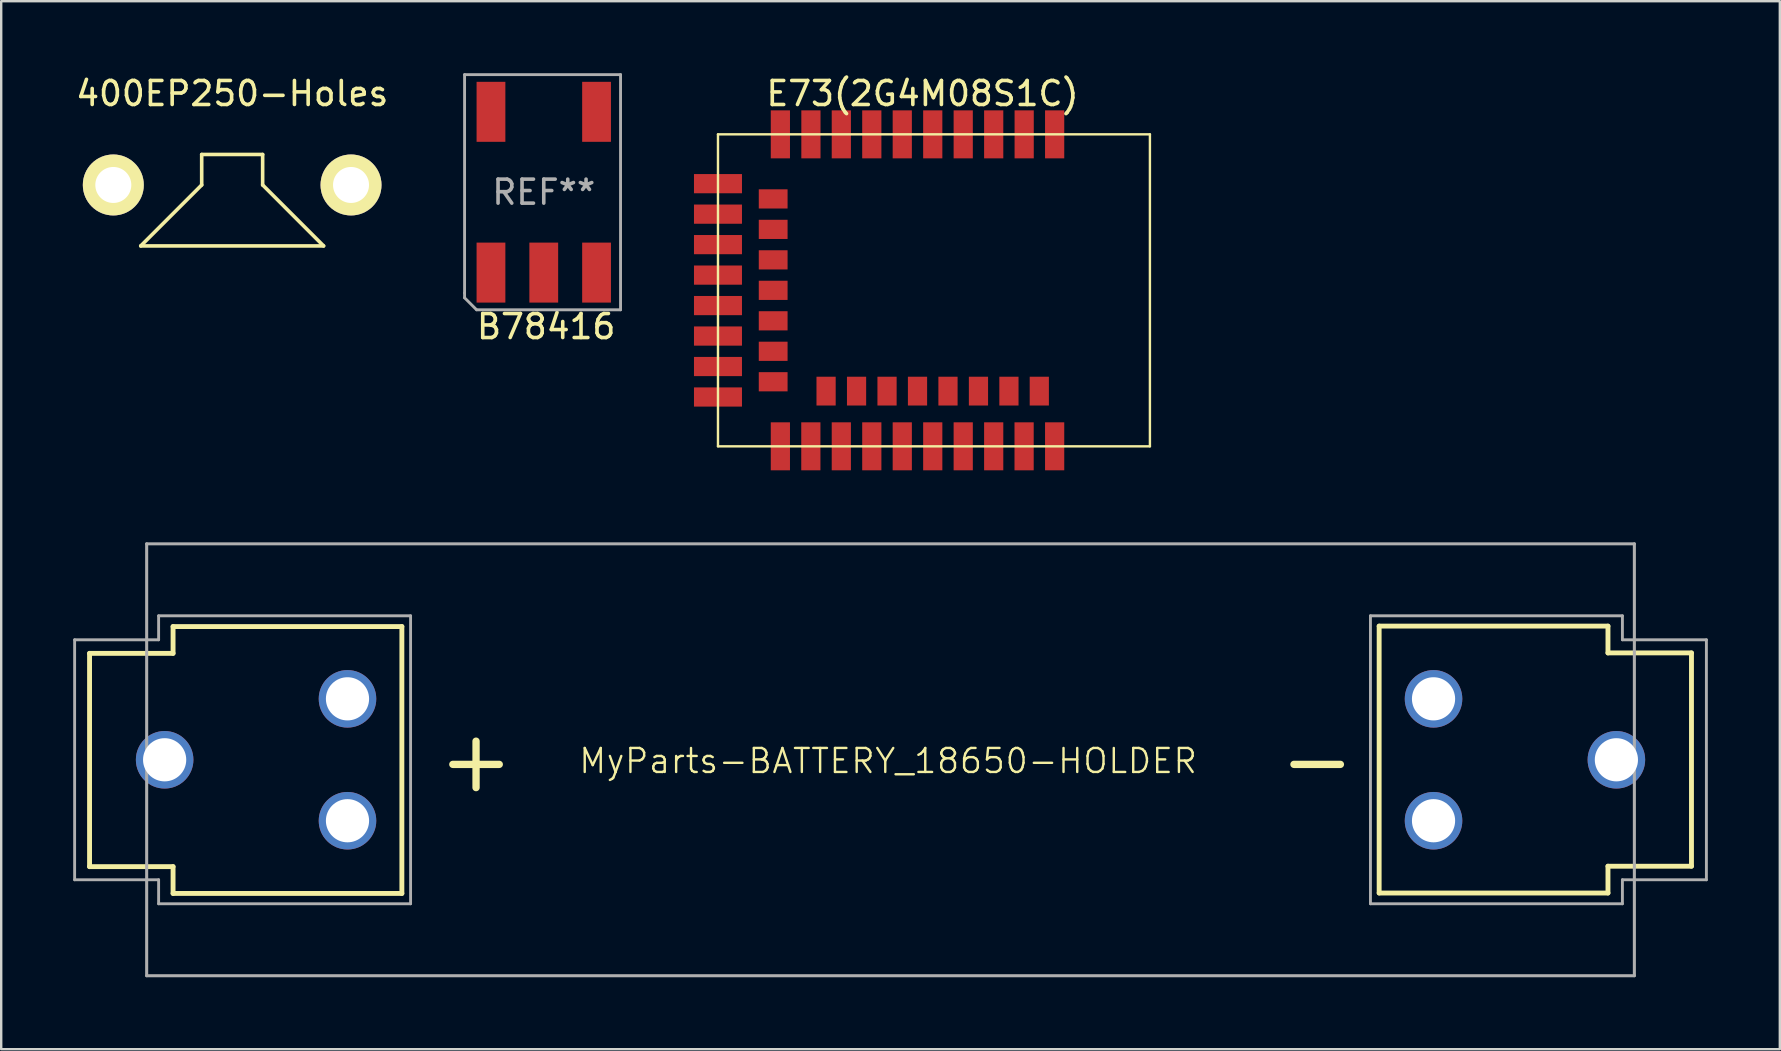
<source format=kicad_pcb>
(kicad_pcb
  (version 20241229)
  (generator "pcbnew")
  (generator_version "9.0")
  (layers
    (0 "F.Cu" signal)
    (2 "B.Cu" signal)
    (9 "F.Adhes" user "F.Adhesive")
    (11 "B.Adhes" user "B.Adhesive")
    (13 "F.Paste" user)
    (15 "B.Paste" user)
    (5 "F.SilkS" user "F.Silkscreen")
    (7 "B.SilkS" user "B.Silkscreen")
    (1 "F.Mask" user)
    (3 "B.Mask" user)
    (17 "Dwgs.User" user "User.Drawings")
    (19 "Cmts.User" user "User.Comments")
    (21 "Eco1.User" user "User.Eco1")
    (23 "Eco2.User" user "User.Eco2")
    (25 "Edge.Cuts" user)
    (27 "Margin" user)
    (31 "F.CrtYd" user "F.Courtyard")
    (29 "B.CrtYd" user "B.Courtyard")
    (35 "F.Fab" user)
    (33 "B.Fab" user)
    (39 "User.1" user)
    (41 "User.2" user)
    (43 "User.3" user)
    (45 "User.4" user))
  (footprint "B78416"
    (layer "F.Cu")
    (at 19.61 9.56)
    (property "Reference" "B78416" (at 0.1 1 0) (layer "F.SilkS") (effects (font (size 1 1) (thickness 0.15))))
    (attr through_hole)
    (fp_line (start -3.3 -9.5) (end 3.2 -9.5) (stroke (width 0.12) (type solid)) (layer "F.Fab"))
    (fp_line (start -3.3 -0.4) (end -3.3 -9.5) (stroke (width 0.12) (type solid)) (layer "F.Fab"))
    (fp_line (start -3.3 -0.2) (end -3.3 -0.4) (stroke (width 0.12) (type solid)) (layer "F.Fab"))
    (fp_line (start -2.8 0.3) (end -3.3 -0.2) (stroke (width 0.12) (type solid)) (layer "F.Fab"))
    (fp_line (start 3.2 -9.5) (end 3.2 0.3) (stroke (width 0.12) (type solid)) (layer "F.Fab"))
    (fp_line (start 3.2 0.3) (end -2.8 0.3) (stroke (width 0.12) (type solid)) (layer "F.Fab"))
    (fp_text user "REF**" (at 0 -4.6 0) (layer "F.Fab") (effects (font (size 1 1) (thickness 0.15))))
    (pad "1" smd rect (at -2.2 -1.25) (size 1.2 2.5) (layers "F.Cu" "F.Mask" "F.Paste"))
    (pad "2" smd rect (at 0 -1.25) (size 1.2 2.5) (layers "F.Cu" "F.Mask" "F.Paste"))
    (pad "3" smd rect (at 2.2 -1.25) (size 1.2 2.5) (layers "F.Cu" "F.Mask" "F.Paste"))
    (pad "4" smd rect (at 2.2 -7.95) (size 1.2 2.5) (layers "F.Cu" "F.Mask" "F.Paste"))
    (pad "5" smd rect (at -2.2 -7.95) (size 1.2 2.5) (layers "F.Cu" "F.Mask" "F.Paste")))
  (footprint "MyParts-BATTERY_18650-HOLDER"
    (layer "F.Cu")
    (at 34.06 28.612)
    (property "Reference" "MyParts-BATTERY_18650-HOLDER" (at -0.1 0.05 0) (layer "F.SilkS") (effects (font (size 1 1) (thickness 0.1))))
    (attr exclude_from_pos_files exclude_from_bom)
    (fp_line (start -33.378 -4.435) (end -29.898 -4.435) (stroke (width 0.203) (type solid)) (layer "F.SilkS"))
    (fp_line (start -33.378 4.453) (end -33.378 -4.435) (stroke (width 0.203) (type solid)) (layer "F.SilkS"))
    (fp_line (start -29.898 -5.552) (end -20.363 -5.552) (stroke (width 0.203) (type solid)) (layer "F.SilkS"))
    (fp_line (start -29.898 -4.435) (end -29.898 -5.552) (stroke (width 0.203) (type solid)) (layer "F.SilkS"))
    (fp_line (start -29.898 4.453) (end -33.378 4.453) (stroke (width 0.203) (type solid)) (layer "F.SilkS"))
    (fp_line (start -29.898 5.57) (end -29.898 4.453) (stroke (width 0.203) (type solid)) (layer "F.SilkS"))
    (fp_line (start -20.363 -5.552) (end -20.363 5.57) (stroke (width 0.203) (type solid)) (layer "F.SilkS"))
    (fp_line (start -20.363 5.57) (end -29.898 5.57) (stroke (width 0.203) (type solid)) (layer "F.SilkS"))
    (fp_line (start 20.363 -5.57) (end 29.898 -5.57) (stroke (width 0.203) (type solid)) (layer "F.SilkS"))
    (fp_line (start 20.363 5.552) (end 20.363 -5.57) (stroke (width 0.203) (type solid)) (layer "F.SilkS"))
    (fp_line (start 29.898 -5.57) (end 29.898 -4.453) (stroke (width 0.203) (type solid)) (layer "F.SilkS"))
    (fp_line (start 29.898 -4.453) (end 33.378 -4.453) (stroke (width 0.203) (type solid)) (layer "F.SilkS"))
    (fp_line (start 29.898 4.435) (end 29.898 5.552) (stroke (width 0.203) (type solid)) (layer "F.SilkS"))
    (fp_line (start 29.898 5.552) (end 20.363 5.552) (stroke (width 0.203) (type solid)) (layer "F.SilkS"))
    (fp_line (start 33.378 -4.453) (end 33.378 4.435) (stroke (width 0.203) (type solid)) (layer "F.SilkS"))
    (fp_line (start 33.378 4.435) (end 29.898 4.435) (stroke (width 0.203) (type solid)) (layer "F.SilkS"))
    (fp_line (start -34 -5) (end -34 5) (stroke (width 0.12) (type solid)) (layer "F.Fab"))
    (fp_line (start -34 5) (end -30.5 5) (stroke (width 0.12) (type solid)) (layer "F.Fab"))
    (fp_line (start -30.998 -8.999) (end -30.998 8.999) (stroke (width 0.127) (type solid)) (layer "F.Fab"))
    (fp_line (start -30.998 -8.999) (end 30.998 -8.999) (stroke (width 0.127) (type solid)) (layer "F.Fab"))
    (fp_line (start -30.5 -6) (end -30.5 -5) (stroke (width 0.12) (type solid)) (layer "F.Fab"))
    (fp_line (start -30.5 -5) (end -34 -5) (stroke (width 0.12) (type solid)) (layer "F.Fab"))
    (fp_line (start -30.5 5) (end -30.5 6) (stroke (width 0.12) (type solid)) (layer "F.Fab"))
    (fp_line (start -30.5 6) (end -20 6) (stroke (width 0.12) (type solid)) (layer "F.Fab"))
    (fp_line (start -20 -6) (end -30.5 -6) (stroke (width 0.12) (type solid)) (layer "F.Fab"))
    (fp_line (start -20 6) (end -20 -6) (stroke (width 0.12) (type solid)) (layer "F.Fab"))
    (fp_line (start 20 -6) (end 20 6) (stroke (width 0.12) (type solid)) (layer "F.Fab"))
    (fp_line (start 20 6) (end 30.5 6) (stroke (width 0.12) (type solid)) (layer "F.Fab"))
    (fp_line (start 30.5 -6) (end 20 -6) (stroke (width 0.12) (type solid)) (layer "F.Fab"))
    (fp_line (start 30.5 -5) (end 30.5 -6) (stroke (width 0.12) (type solid)) (layer "F.Fab"))
    (fp_line (start 30.5 5) (end 34 5) (stroke (width 0.12) (type solid)) (layer "F.Fab"))
    (fp_line (start 30.5 6) (end 30.5 5) (stroke (width 0.12) (type solid)) (layer "F.Fab"))
    (fp_line (start 30.998 -8.999) (end 30.998 8.999) (stroke (width 0.127) (type solid)) (layer "F.Fab"))
    (fp_line (start 30.998 8.999) (end -30.998 8.999) (stroke (width 0.127) (type solid)) (layer "F.Fab"))
    (fp_line (start 34 -5) (end 30.5 -5) (stroke (width 0.12) (type solid)) (layer "F.Fab"))
    (fp_line (start 34 5) (end 34 -5) (stroke (width 0.12) (type solid)) (layer "F.Fab"))
    (fp_text user "+" (at -17.272 0 0) (layer "F.SilkS") (effects (font (size 2.54 2.54) (thickness 0.305))))
    (fp_text user "-" (at 17.78 0 0) (layer "F.SilkS") (effects (font (size 2.54 2.54) (thickness 0.305))))
    (pad "GND@" thru_hole circle (at 22.629 -2.54) (size 2.398 2.398) (drill 1.8) (layers "*.Cu" "*.Paste" "*.Mask"))
    (pad "GND@" thru_hole circle (at 22.629 2.54) (size 2.398 2.398) (drill 1.8) (layers "*.Cu" "*.Paste" "*.Mask"))
    (pad "GND@" thru_hole circle (at 30.249 0) (size 2.398 2.398) (drill 1.8) (layers "*.Cu" "*.Paste" "*.Mask"))
    (pad "PWR@" thru_hole circle (at -30.249 0) (size 2.398 2.398) (drill 1.8) (layers "*.Cu" "*.Paste" "*.Mask"))
    (pad "PWR@" thru_hole circle (at -22.629 -2.54) (size 2.398 2.398) (drill 1.8) (layers "*.Cu" "*.Paste" "*.Mask"))
    (pad "PWR@" thru_hole circle (at -22.629 2.54) (size 2.398 2.398) (drill 1.8) (layers "*.Cu" "*.Paste" "*.Mask")))
  (footprint "400EP250-Holes"
    (layer "F.Cu")
    (at 6.625 4.658)
    (property "Reference" "400EP250-Holes" (at 0 -3.81 0) (layer "F.SilkS") (effects (font (size 1 1) (thickness 0.15))))
    (attr through_hole)
    (fp_line (start -3.81 2.54) (end 3.81 2.54) (stroke (width 0.15) (type solid)) (layer "F.SilkS"))
    (fp_line (start -1.27 -1.27) (end -1.27 0) (stroke (width 0.15) (type solid)) (layer "F.SilkS"))
    (fp_line (start -1.27 0) (end -3.81 2.54) (stroke (width 0.15) (type solid)) (layer "F.SilkS"))
    (fp_line (start 1.27 -1.27) (end -1.27 -1.27) (stroke (width 0.15) (type solid)) (layer "F.SilkS"))
    (fp_line (start 1.27 0) (end 1.27 -1.27) (stroke (width 0.15) (type solid)) (layer "F.SilkS"))
    (fp_line (start 3.81 2.54) (end 1.27 0) (stroke (width 0.15) (type solid)) (layer "F.SilkS"))
    (pad "1" thru_hole circle (at -4.953 0) (size 2.54 2.54) (drill 1.5) (layers "*.Cu" "*.Mask" "F.SilkS"))
    (pad "2" thru_hole circle (at 4.953 0) (size 2.54 2.54) (drill 1.5) (layers "*.Cu" "*.Mask" "F.SilkS")))
  (footprint "E73(2G4M08S1C)"
    (layer "F.Cu")
    (at 26.87 15.549)
    (property "Reference" "E73(2G4M08S1C)" (at 8.525 -14.7 0) (layer "F.SilkS") (effects (font (size 1 1) (thickness 0.15))))
    (fp_line (start 0 -13) (end 18 -13) (stroke (width 0.1) (type solid)) (layer "F.SilkS"))
    (fp_line (start 0 0) (end 0 -13) (stroke (width 0.1) (type solid)) (layer "F.SilkS"))
    (fp_line (start 0 0) (end 18 0) (stroke (width 0.1) (type solid)) (layer "F.SilkS"))
    (fp_line (start 18 0) (end 18 -13) (stroke (width 0.1) (type solid)) (layer "F.SilkS"))
    (pad "1" smd rect (at 14.03 -13 270) (size 2 0.8) (layers "F.Cu" "F.Mask" "F.Paste"))
    (pad "2" smd rect (at 12.76 -13 270) (size 2 0.8) (layers "F.Cu" "F.Mask" "F.Paste"))
    (pad "3" smd rect (at 11.49 -13 270) (size 2 0.8) (layers "F.Cu" "F.Mask" "F.Paste"))
    (pad "4" smd rect (at 10.22 -13 270) (size 2 0.8) (layers "F.Cu" "F.Mask" "F.Paste"))
    (pad "5" smd rect (at 8.95 -13 270) (size 2 0.8) (layers "F.Cu" "F.Mask" "F.Paste"))
    (pad "6" smd rect (at 7.68 -13 270) (size 2 0.8) (layers "F.Cu" "F.Mask" "F.Paste"))
    (pad "7" smd rect (at 6.41 -13 270) (size 2 0.8) (layers "F.Cu" "F.Mask" "F.Paste"))
    (pad "8" smd rect (at 5.14 -13 270) (size 2 0.8) (layers "F.Cu" "F.Mask" "F.Paste"))
    (pad "9" smd rect (at 3.873 -13 270) (size 2 0.8) (layers "F.Cu" "F.Mask" "F.Paste"))
    (pad "10" smd rect (at 2.6 -13 270) (size 2 0.8) (layers "F.Cu" "F.Mask" "F.Paste"))
    (pad "11" smd rect (at 0 -10.945) (size 2 0.8) (layers "F.Cu" "F.Mask" "F.Paste"))
    (pad "12" smd rect (at 2.3 -10.31) (size 1.2 0.8) (layers "F.Cu" "F.Mask" "F.Paste"))
    (pad "13" smd rect (at 0 -9.675) (size 2 0.8) (layers "F.Cu" "F.Mask" "F.Paste"))
    (pad "14" smd rect (at 2.3 -9.04) (size 1.2 0.8) (layers "F.Cu" "F.Mask" "F.Paste"))
    (pad "15" smd rect (at 0 -8.405) (size 2 0.8) (layers "F.Cu" "F.Mask" "F.Paste"))
    (pad "16" smd rect (at 2.3 -7.77) (size 1.2 0.8) (layers "F.Cu" "F.Mask" "F.Paste"))
    (pad "17" smd rect (at 0 -7.135) (size 2 0.8) (layers "F.Cu" "F.Mask" "F.Paste"))
    (pad "18" smd rect (at 2.3 -6.5) (size 1.2 0.8) (layers "F.Cu" "F.Mask" "F.Paste"))
    (pad "19" smd rect (at 0 -5.865) (size 2 0.8) (layers "F.Cu" "F.Mask" "F.Paste"))
    (pad "20" smd rect (at 2.3 -5.23) (size 1.2 0.8) (layers "F.Cu" "F.Mask" "F.Paste"))
    (pad "21" smd rect (at 0 -4.595) (size 2 0.8) (layers "F.Cu" "F.Mask" "F.Paste"))
    (pad "22" smd rect (at 2.3 -3.96) (size 1.2 0.8) (layers "F.Cu" "F.Mask" "F.Paste"))
    (pad "23" smd rect (at 0 -3.325) (size 2 0.8) (layers "F.Cu" "F.Mask" "F.Paste"))
    (pad "24" smd rect (at 2.3 -2.69) (size 1.2 0.8) (layers "F.Cu" "F.Mask" "F.Paste"))
    (pad "25" smd rect (at 0 -2.055) (size 2 0.8) (layers "F.Cu" "F.Mask" "F.Paste"))
    (pad "26" smd rect (at 2.6 0 90) (size 2 0.8) (layers "F.Cu" "F.Mask" "F.Paste"))
    (pad "27" smd rect (at 3.87 0 90) (size 2 0.8) (layers "F.Cu" "F.Mask" "F.Paste"))
    (pad "28" smd rect (at 4.505 -2.3 270) (size 1.2 0.8) (layers "F.Cu" "F.Mask" "F.Paste"))
    (pad "29" smd rect (at 5.14 0 90) (size 2 0.8) (layers "F.Cu" "F.Mask" "F.Paste"))
    (pad "30" smd rect (at 5.775 -2.3 270) (size 1.2 0.8) (layers "F.Cu" "F.Mask" "F.Paste"))
    (pad "31" smd rect (at 6.41 0 90) (size 2 0.8) (layers "F.Cu" "F.Mask" "F.Paste"))
    (pad "32" smd rect (at 7.045 -2.3 270) (size 1.2 0.8) (layers "F.Cu" "F.Mask" "F.Paste"))
    (pad "33" smd rect (at 7.68 0 90) (size 2 0.8) (layers "F.Cu" "F.Mask" "F.Paste"))
    (pad "34" smd rect (at 8.315 -2.3 270) (size 1.2 0.8) (layers "F.Cu" "F.Mask" "F.Paste"))
    (pad "35" smd rect (at 8.95 0 90) (size 2 0.8) (layers "F.Cu" "F.Mask" "F.Paste"))
    (pad "36" smd rect (at 9.585 -2.3 270) (size 1.2 0.8) (layers "F.Cu" "F.Mask" "F.Paste"))
    (pad "37" smd rect (at 10.22 0 90) (size 2 0.8) (layers "F.Cu" "F.Mask" "F.Paste"))
    (pad "38" smd rect (at 10.855 -2.3 270) (size 1.2 0.8) (layers "F.Cu" "F.Mask" "F.Paste"))
    (pad "39" smd rect (at 11.49 0 90) (size 2 0.8) (layers "F.Cu" "F.Mask" "F.Paste"))
    (pad "40" smd rect (at 12.125 -2.3 270) (size 1.2 0.8) (layers "F.Cu" "F.Mask" "F.Paste"))
    (pad "41" smd rect (at 12.757 0.0003 90) (size 2 0.8) (layers "F.Cu" "F.Mask" "F.Paste"))
    (pad "42" smd rect (at 13.39 -2.3 270) (size 1.2 0.8) (layers "F.Cu" "F.Mask" "F.Paste"))
    (pad "43" smd rect (at 14.03 0 90) (size 2 0.8) (layers "F.Cu" "F.Mask" "F.Paste")))
  (gr_rect
    (start -3 -3)
    (end 71.12 40.674)
    (stroke (width 0.1) (type default))
    (fill no)
    (layer "Edge.Cuts")))
</source>
